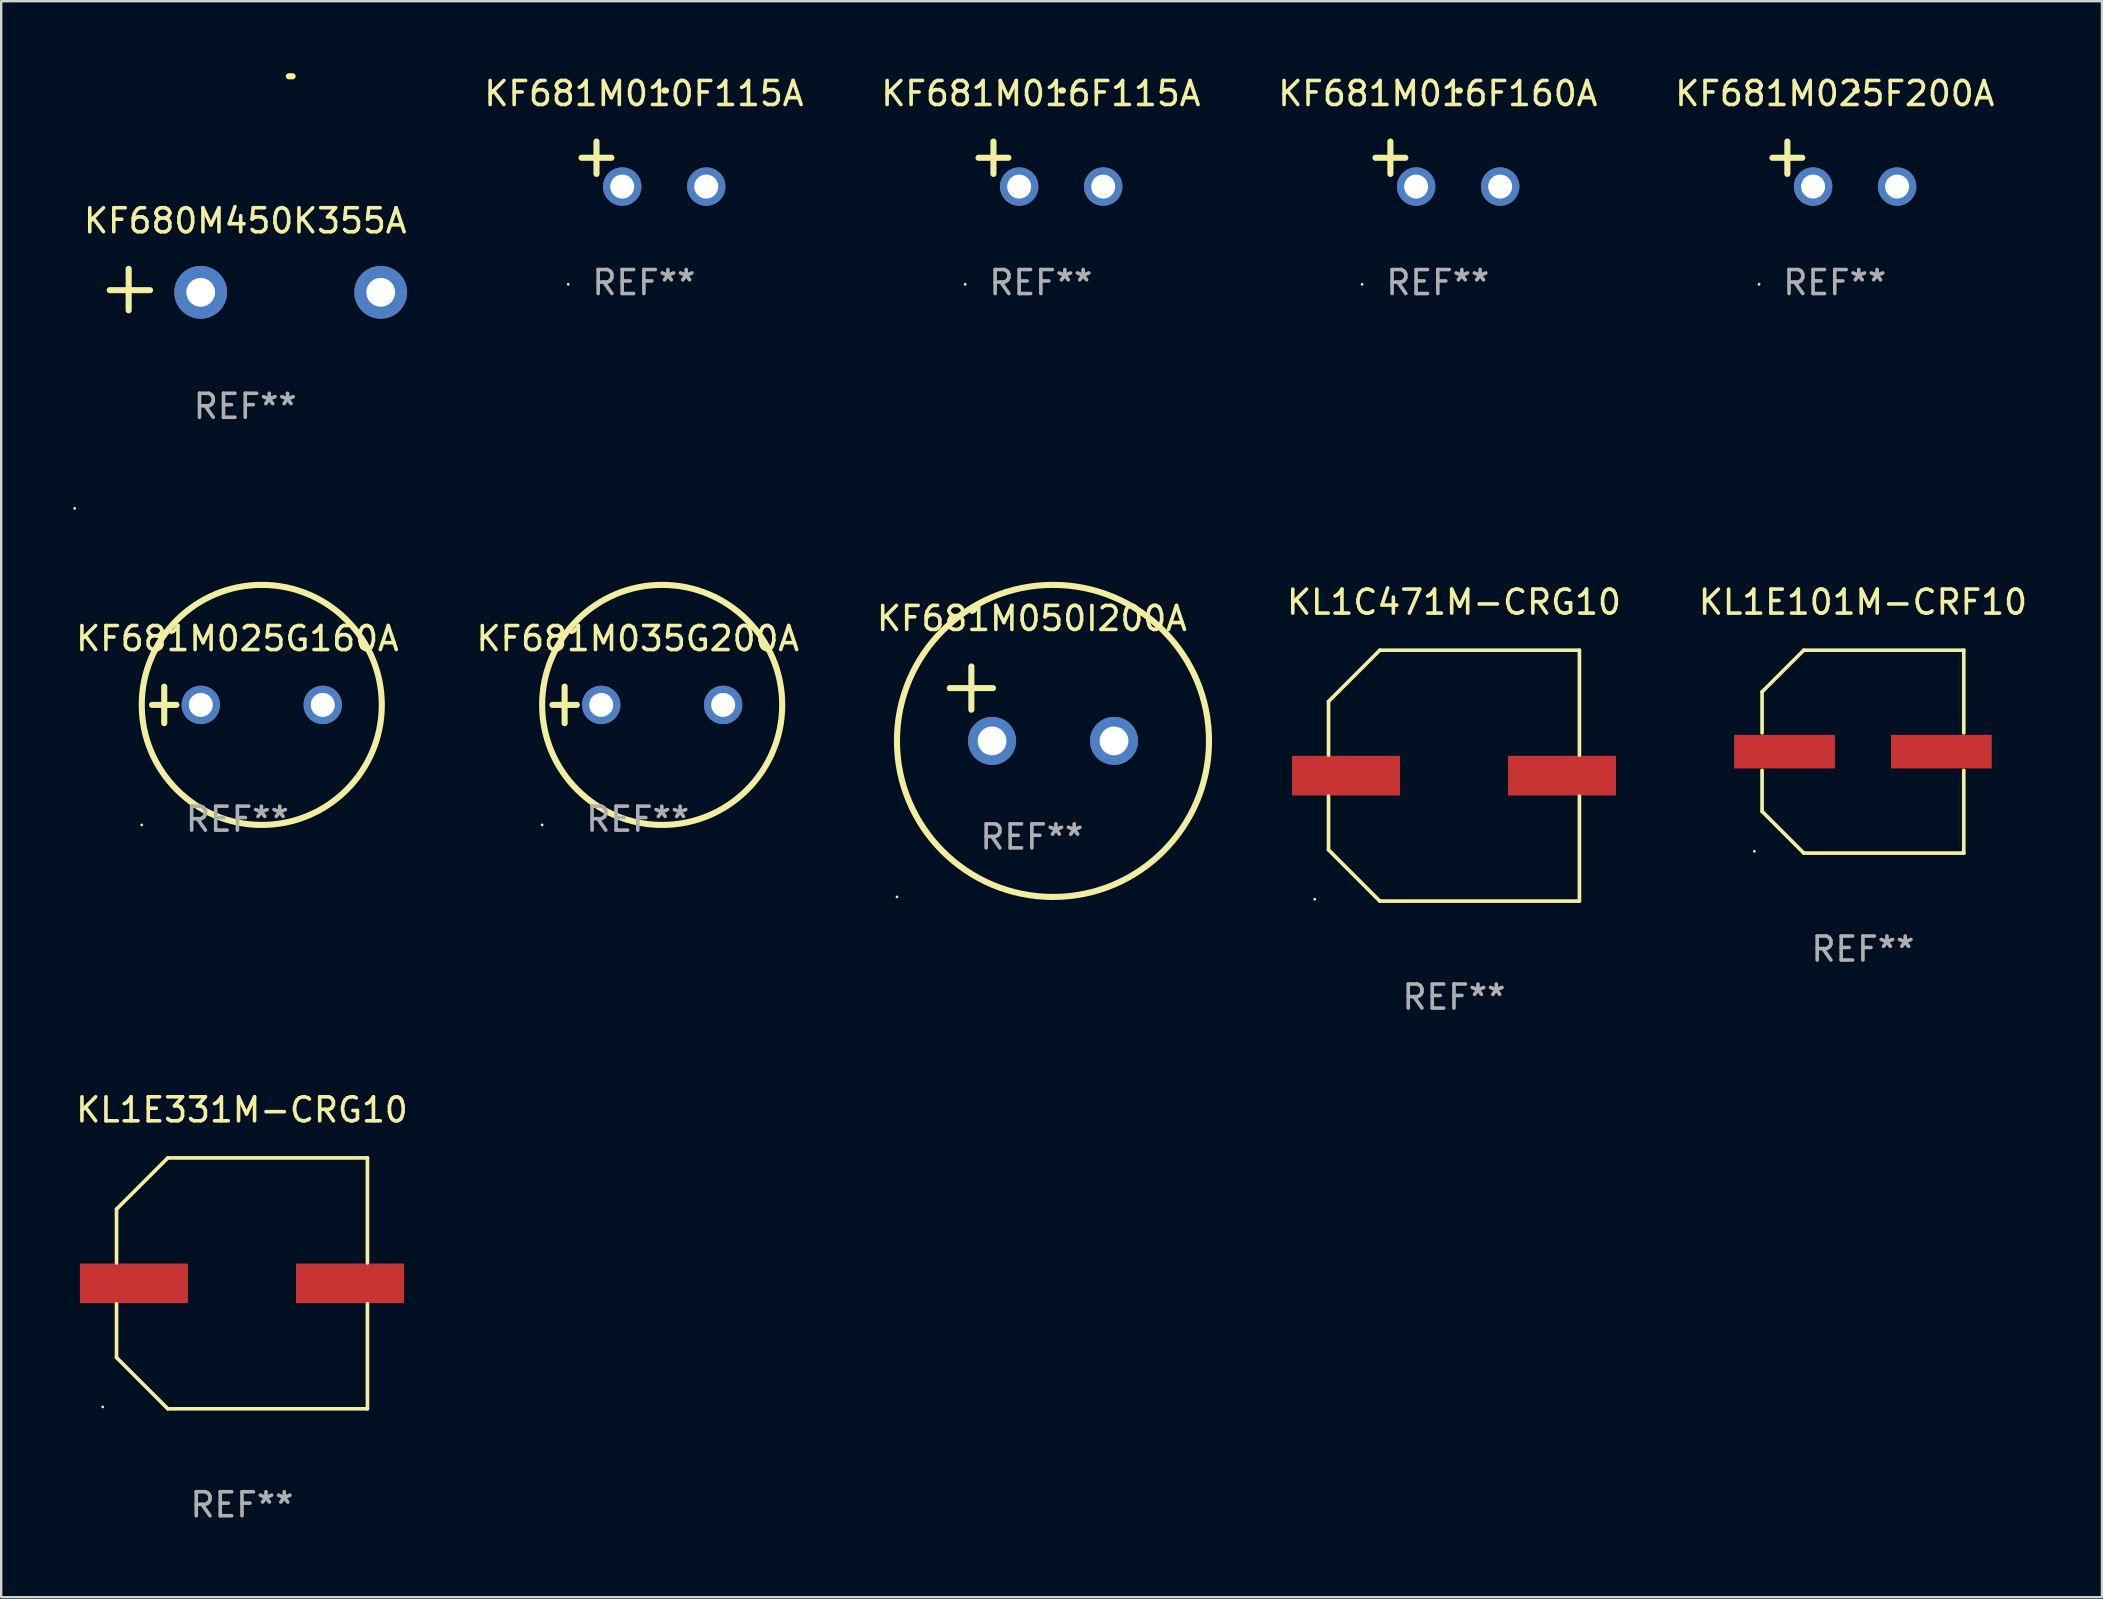
<source format=kicad_pcb>
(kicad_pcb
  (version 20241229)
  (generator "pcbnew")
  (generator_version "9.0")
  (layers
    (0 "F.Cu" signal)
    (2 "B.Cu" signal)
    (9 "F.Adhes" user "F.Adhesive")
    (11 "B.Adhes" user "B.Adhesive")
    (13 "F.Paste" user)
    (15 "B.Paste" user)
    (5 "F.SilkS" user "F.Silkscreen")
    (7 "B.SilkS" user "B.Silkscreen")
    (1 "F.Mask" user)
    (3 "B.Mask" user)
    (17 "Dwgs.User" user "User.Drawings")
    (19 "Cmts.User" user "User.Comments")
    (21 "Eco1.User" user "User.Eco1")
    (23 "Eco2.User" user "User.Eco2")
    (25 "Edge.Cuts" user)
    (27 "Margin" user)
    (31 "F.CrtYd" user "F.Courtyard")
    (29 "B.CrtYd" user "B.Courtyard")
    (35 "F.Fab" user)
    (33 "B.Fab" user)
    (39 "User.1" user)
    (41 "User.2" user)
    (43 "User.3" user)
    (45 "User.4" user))
  (footprint "KF681M010F115A"
    (layer "F.Cu")
    (at 23.773 3.785)
    (property "Reference" "KF681M010F115A" (at 0 -2.937 0) (layer "F.SilkS") (effects (font (size 1 1) (thickness 0.15))))
    (attr through_hole)
    (fp_line (start -1.975 0.41) (end -1.975 -0.937) (stroke (width 0.254) (type solid)) (layer "F.SilkS"))
    (fp_line (start -1.353 -0.263) (end -2.597 -0.263) (stroke (width 0.254) (type solid)) (layer "F.SilkS"))
    (fp_arc (start 0.849809 -3.063957) (mid 0.885369 -3.064114) (end 0.920929 -3.063957) (stroke (width 0.254001) (type solid)) (layer "F.SilkS"))
    (fp_circle (center -3.154 5.008) (end -3.124 5.008) (stroke (width 0.06) (type solid)) (fill no) (layer "F.SilkS"))
    (fp_text user "REF**" (at 0 4.937 0) (layer "F.Fab") (effects (font (size 1 1) (thickness 0.15))))
    (pad "1" thru_hole circle (at -0.903 0.937) (size 1.6 1.6) (drill 1) (layers "*.Cu" "*.Mask"))
    (pad "2" thru_hole circle (at 2.597 0.937) (size 1.6 1.6) (drill 1) (layers "*.Cu" "*.Mask")))
  (footprint "KF680M450K355A"
    (layer "F.Cu")
    (at 7.166 9.013)
    (property "Reference" "KF680M450K355A" (at 0 -2.864 0) (layer "F.SilkS") (effects (font (size 1 1) (thickness 0.15))))
    (attr through_hole)
    (fp_line (start -4.856 0.864) (end -4.856 -0.864) (stroke (width 0.254) (type solid)) (layer "F.SilkS"))
    (fp_line (start -3.967 0.025) (end -5.644 0.025) (stroke (width 0.254) (type solid)) (layer "F.SilkS"))
    (fp_arc (start 1.815024 -8.885649) (mid 1.893764 -8.88599) (end 1.972504 -8.885649) (stroke (width 0.254001) (type solid)) (layer "F.SilkS"))
    (fp_circle (center -7.106 9.114) (end -7.076 9.114) (stroke (width 0.06) (type solid)) (fill no) (layer "F.SilkS"))
    (fp_text user "REF**" (at 0 4.864 0) (layer "F.Fab") (effects (font (size 1 1) (thickness 0.15))))
    (pad "1" thru_hole circle (at -1.856 0.114) (size 2.2 2.2) (drill 1.2) (layers "*.Cu" "*.Mask"))
    (pad "2" thru_hole circle (at 5.644 0.114) (size 2.2 2.2) (drill 1.2) (layers "*.Cu" "*.Mask")))
  (footprint "KF681M016F160A"
    (layer "F.Cu")
    (at 56.845 3.785)
    (property "Reference" "KF681M016F160A" (at 0 -2.937 0) (layer "F.SilkS") (effects (font (size 1 1) (thickness 0.15))))
    (attr through_hole)
    (fp_line (start -1.975 0.41) (end -1.975 -0.937) (stroke (width 0.254) (type solid)) (layer "F.SilkS"))
    (fp_line (start -1.353 -0.263) (end -2.597 -0.263) (stroke (width 0.254) (type solid)) (layer "F.SilkS"))
    (fp_arc (start 0.849809 -3.063957) (mid 0.885369 -3.064114) (end 0.920929 -3.063957) (stroke (width 0.254001) (type solid)) (layer "F.SilkS"))
    (fp_circle (center -3.154 5.008) (end -3.124 5.008) (stroke (width 0.06) (type solid)) (fill no) (layer "F.SilkS"))
    (fp_text user "REF**" (at 0 4.937 0) (layer "F.Fab") (effects (font (size 1 1) (thickness 0.15))))
    (pad "1" thru_hole circle (at -0.903 0.937) (size 1.6 1.6) (drill 1) (layers "*.Cu" "*.Mask"))
    (pad "2" thru_hole circle (at 2.597 0.937) (size 1.6 1.6) (drill 1) (layers "*.Cu" "*.Mask")))
  (footprint "KL1E101M-CRF10"
    (layer "F.Cu")
    (at 74.554 28.261)
    (property "Reference" "KL1E101M-CRF10" (at 0 -6.226 0) (layer "F.SilkS") (effects (font (size 1 1) (thickness 0.15))))
    (attr through_hole)
    (fp_line (start -4.201 -2.49) (end -4.201 -0.782) (stroke (width 0.152) (type solid)) (layer "F.SilkS"))
    (fp_line (start -4.201 2.49) (end -4.201 0.782) (stroke (width 0.152) (type solid)) (layer "F.SilkS"))
    (fp_line (start -2.465 -4.226) (end -4.201 -2.49) (stroke (width 0.152) (type solid)) (layer "F.SilkS"))
    (fp_line (start -2.465 4.226) (end -4.201 2.49) (stroke (width 0.152) (type solid)) (layer "F.SilkS"))
    (fp_line (start 4.201 -4.226) (end -2.465 -4.226) (stroke (width 0.152) (type solid)) (layer "F.SilkS"))
    (fp_line (start 4.201 -0.782) (end 4.201 -4.226) (stroke (width 0.152) (type solid)) (layer "F.SilkS"))
    (fp_line (start 4.201 0.782) (end 4.201 4.226) (stroke (width 0.152) (type solid)) (layer "F.SilkS"))
    (fp_line (start 4.201 4.226) (end -2.465 4.226) (stroke (width 0.152) (type solid)) (layer "F.SilkS"))
    (fp_circle (center -4.524 4.15) (end -4.494 4.15) (stroke (width 0.06) (type solid)) (fill no) (layer "F.SilkS"))
    (fp_text user "REF**" (at 0 8.226 0) (layer "F.Fab") (effects (font (size 1 1) (thickness 0.15))))
    (pad "1" smd rect (at -3.267 0) (size 4.2 1.4) (layers "F.Cu" "F.Mask" "F.Paste"))
    (pad "2" smd rect (at 3.267 0) (size 4.2 1.4) (layers "F.Cu" "F.Mask" "F.Paste")))
  (footprint "KL1E331M-CRG10"
    (layer "F.Cu")
    (at 7.03 50.41)
    (property "Reference" "KL1E331M-CRG10" (at 0 -7.226 0) (layer "F.SilkS") (effects (font (size 1 1) (thickness 0.15))))
    (attr through_hole)
    (fp_line (start -5.226 -3.09) (end -5.226 -0.852) (stroke (width 0.152) (type solid)) (layer "F.SilkS"))
    (fp_line (start -5.226 3.09) (end -5.226 0.852) (stroke (width 0.152) (type solid)) (layer "F.SilkS"))
    (fp_line (start -3.09 -5.226) (end -5.226 -3.09) (stroke (width 0.152) (type solid)) (layer "F.SilkS"))
    (fp_line (start -3.09 5.226) (end -5.226 3.09) (stroke (width 0.152) (type solid)) (layer "F.SilkS"))
    (fp_line (start 5.226 -5.226) (end -3.09 -5.226) (stroke (width 0.152) (type solid)) (layer "F.SilkS"))
    (fp_line (start 5.226 -0.852) (end 5.226 -5.226) (stroke (width 0.152) (type solid)) (layer "F.SilkS"))
    (fp_line (start 5.226 0.852) (end 5.226 5.226) (stroke (width 0.152) (type solid)) (layer "F.SilkS"))
    (fp_line (start 5.226 5.226) (end -3.09 5.226) (stroke (width 0.152) (type solid)) (layer "F.SilkS"))
    (fp_circle (center -5.8 5.15) (end -5.77 5.15) (stroke (width 0.06) (type solid)) (fill no) (layer "F.SilkS"))
    (fp_text user "REF**" (at 0 9.226 0) (layer "F.Fab") (effects (font (size 1 1) (thickness 0.15))))
    (pad "1" smd rect (at -4.5 0) (size 4.5 1.65) (layers "F.Cu" "F.Mask" "F.Paste"))
    (pad "2" smd rect (at 4.5 0) (size 4.5 1.65) (layers "F.Cu" "F.Mask" "F.Paste")))
  (footprint "KL1C471M-CRG10"
    (layer "F.Cu")
    (at 57.518 29.261)
    (property "Reference" "KL1C471M-CRG10" (at 0 -7.226 0) (layer "F.SilkS") (effects (font (size 1 1) (thickness 0.15))))
    (attr through_hole)
    (fp_line (start -5.226 -3.09) (end -5.226 -0.852) (stroke (width 0.152) (type solid)) (layer "F.SilkS"))
    (fp_line (start -5.226 3.09) (end -5.226 0.852) (stroke (width 0.152) (type solid)) (layer "F.SilkS"))
    (fp_line (start -3.09 -5.226) (end -5.226 -3.09) (stroke (width 0.152) (type solid)) (layer "F.SilkS"))
    (fp_line (start -3.09 5.226) (end -5.226 3.09) (stroke (width 0.152) (type solid)) (layer "F.SilkS"))
    (fp_line (start 5.226 -5.226) (end -3.09 -5.226) (stroke (width 0.152) (type solid)) (layer "F.SilkS"))
    (fp_line (start 5.226 -0.852) (end 5.226 -5.226) (stroke (width 0.152) (type solid)) (layer "F.SilkS"))
    (fp_line (start 5.226 0.852) (end 5.226 5.226) (stroke (width 0.152) (type solid)) (layer "F.SilkS"))
    (fp_line (start 5.226 5.226) (end -3.09 5.226) (stroke (width 0.152) (type solid)) (layer "F.SilkS"))
    (fp_circle (center -5.8 5.15) (end -5.77 5.15) (stroke (width 0.06) (type solid)) (fill no) (layer "F.SilkS"))
    (fp_text user "REF**" (at 0 9.226 0) (layer "F.Fab") (effects (font (size 1 1) (thickness 0.15))))
    (pad "1" smd rect (at -4.5 0) (size 4.5 1.65) (layers "F.Cu" "F.Mask" "F.Paste"))
    (pad "2" smd rect (at 4.5 0) (size 4.5 1.65) (layers "F.Cu" "F.Mask" "F.Paste")))
  (footprint "KF681M035G200A"
    (layer "F.Cu")
    (at 23.518 26.314)
    (property "Reference" "KF681M035G200A" (at 0 -2.762 0) (layer "F.SilkS") (effects (font (size 1 1) (thickness 0.15))))
    (attr through_hole)
    (fp_line (start -3.556 0) (end -2.54 0) (stroke (width 0.254) (type solid)) (layer "F.SilkS"))
    (fp_line (start -3.048 -0.762) (end -3.048 0.762) (stroke (width 0.254) (type solid)) (layer "F.SilkS"))
    (fp_circle (center -3.984 5) (end -3.954 5) (stroke (width 0.06) (type solid)) (fill no) (layer "F.SilkS"))
    (fp_circle (center 1.016 0) (end 6.016 0) (stroke (width 0.254) (type solid)) (fill no) (layer "F.SilkS"))
    (fp_text user "REF**" (at 0 4.762 0) (layer "F.Fab") (effects (font (size 1 1) (thickness 0.15))))
    (pad "1" thru_hole circle (at -1.524 0) (size 1.6 1.6) (drill 1) (layers "*.Cu" "*.Mask"))
    (pad "2" thru_hole circle (at 3.556 0) (size 1.6 1.6) (drill 1) (layers "*.Cu" "*.Mask")))
  (footprint "KF681M025F200A"
    (layer "F.Cu")
    (at 73.381 3.785)
    (property "Reference" "KF681M025F200A" (at 0 -2.937 0) (layer "F.SilkS") (effects (font (size 1 1) (thickness 0.15))))
    (attr through_hole)
    (fp_line (start -1.975 0.41) (end -1.975 -0.937) (stroke (width 0.254) (type solid)) (layer "F.SilkS"))
    (fp_line (start -1.353 -0.263) (end -2.597 -0.263) (stroke (width 0.254) (type solid)) (layer "F.SilkS"))
    (fp_arc (start 0.849809 -3.063957) (mid 0.885369 -3.064114) (end 0.920929 -3.063957) (stroke (width 0.254001) (type solid)) (layer "F.SilkS"))
    (fp_circle (center -3.154 5.008) (end -3.124 5.008) (stroke (width 0.06) (type solid)) (fill no) (layer "F.SilkS"))
    (fp_text user "REF**" (at 0 4.937 0) (layer "F.Fab") (effects (font (size 1 1) (thickness 0.15))))
    (pad "1" thru_hole circle (at -0.903 0.937) (size 1.6 1.6) (drill 1) (layers "*.Cu" "*.Mask"))
    (pad "2" thru_hole circle (at 2.597 0.937) (size 1.6 1.6) (drill 1) (layers "*.Cu" "*.Mask")))
  (footprint "KF681M050I200A"
    (layer "F.Cu")
    (at 39.935 26.264)
    (property "Reference" "KF681M050I200A" (at 0 -3.55 0) (layer "F.SilkS") (effects (font (size 1 1) (thickness 0.15))))
    (attr through_hole)
    (fp_line (start -3.421 -0.65) (end -1.621 -0.65) (stroke (width 0.254) (type solid)) (layer "F.SilkS"))
    (fp_line (start -2.521 -1.55) (end -2.521 0.25) (stroke (width 0.254) (type solid)) (layer "F.SilkS"))
    (fp_circle (center -5.619 8.05) (end -5.589 8.05) (stroke (width 0.06) (type solid)) (fill no) (layer "F.SilkS"))
    (fp_circle (center 0.879 1.55) (end 7.379 1.55) (stroke (width 0.254) (type solid)) (fill no) (layer "F.SilkS"))
    (fp_text user "REF**" (at 0 5.55 0) (layer "F.Fab") (effects (font (size 1 1) (thickness 0.15))))
    (pad "1" thru_hole circle (at -1.659 1.55) (size 2 2) (drill 1.2) (layers "*.Cu" "*.Mask"))
    (pad "2" thru_hole circle (at 3.421 1.55) (size 2 2) (drill 1.2) (layers "*.Cu" "*.Mask")))
  (footprint "KF681M016F115A"
    (layer "F.Cu")
    (at 40.309 3.785)
    (property "Reference" "KF681M016F115A" (at 0 -2.937 0) (layer "F.SilkS") (effects (font (size 1 1) (thickness 0.15))))
    (attr through_hole)
    (fp_line (start -1.975 0.41) (end -1.975 -0.937) (stroke (width 0.254) (type solid)) (layer "F.SilkS"))
    (fp_line (start -1.353 -0.263) (end -2.597 -0.263) (stroke (width 0.254) (type solid)) (layer "F.SilkS"))
    (fp_arc (start 0.849809 -3.063957) (mid 0.885369 -3.064114) (end 0.920929 -3.063957) (stroke (width 0.254001) (type solid)) (layer "F.SilkS"))
    (fp_circle (center -3.154 5.008) (end -3.124 5.008) (stroke (width 0.06) (type solid)) (fill no) (layer "F.SilkS"))
    (fp_text user "REF**" (at 0 4.937 0) (layer "F.Fab") (effects (font (size 1 1) (thickness 0.15))))
    (pad "1" thru_hole circle (at -0.903 0.937) (size 1.6 1.6) (drill 1) (layers "*.Cu" "*.Mask"))
    (pad "2" thru_hole circle (at 2.597 0.937) (size 1.6 1.6) (drill 1) (layers "*.Cu" "*.Mask")))
  (footprint "KF681M025G160A"
    (layer "F.Cu")
    (at 6.839 26.314)
    (property "Reference" "KF681M025G160A" (at 0 -2.762 0) (layer "F.SilkS") (effects (font (size 1 1) (thickness 0.15))))
    (attr through_hole)
    (fp_line (start -3.556 0) (end -2.54 0) (stroke (width 0.254) (type solid)) (layer "F.SilkS"))
    (fp_line (start -3.048 -0.762) (end -3.048 0.762) (stroke (width 0.254) (type solid)) (layer "F.SilkS"))
    (fp_circle (center -3.984 5) (end -3.954 5) (stroke (width 0.06) (type solid)) (fill no) (layer "F.SilkS"))
    (fp_circle (center 1.016 0) (end 6.016 0) (stroke (width 0.254) (type solid)) (fill no) (layer "F.SilkS"))
    (fp_text user "REF**" (at 0 4.762 0) (layer "F.Fab") (effects (font (size 1 1) (thickness 0.15))))
    (pad "1" thru_hole circle (at -1.524 0) (size 1.6 1.6) (drill 1) (layers "*.Cu" "*.Mask"))
    (pad "2" thru_hole circle (at 3.556 0) (size 1.6 1.6) (drill 1) (layers "*.Cu" "*.Mask")))
  (gr_rect
    (start -3 -3)
    (end 84.512 63.485)
    (stroke (width 0.1) (type default))
    (fill no)
    (layer "Edge.Cuts")))
</source>
